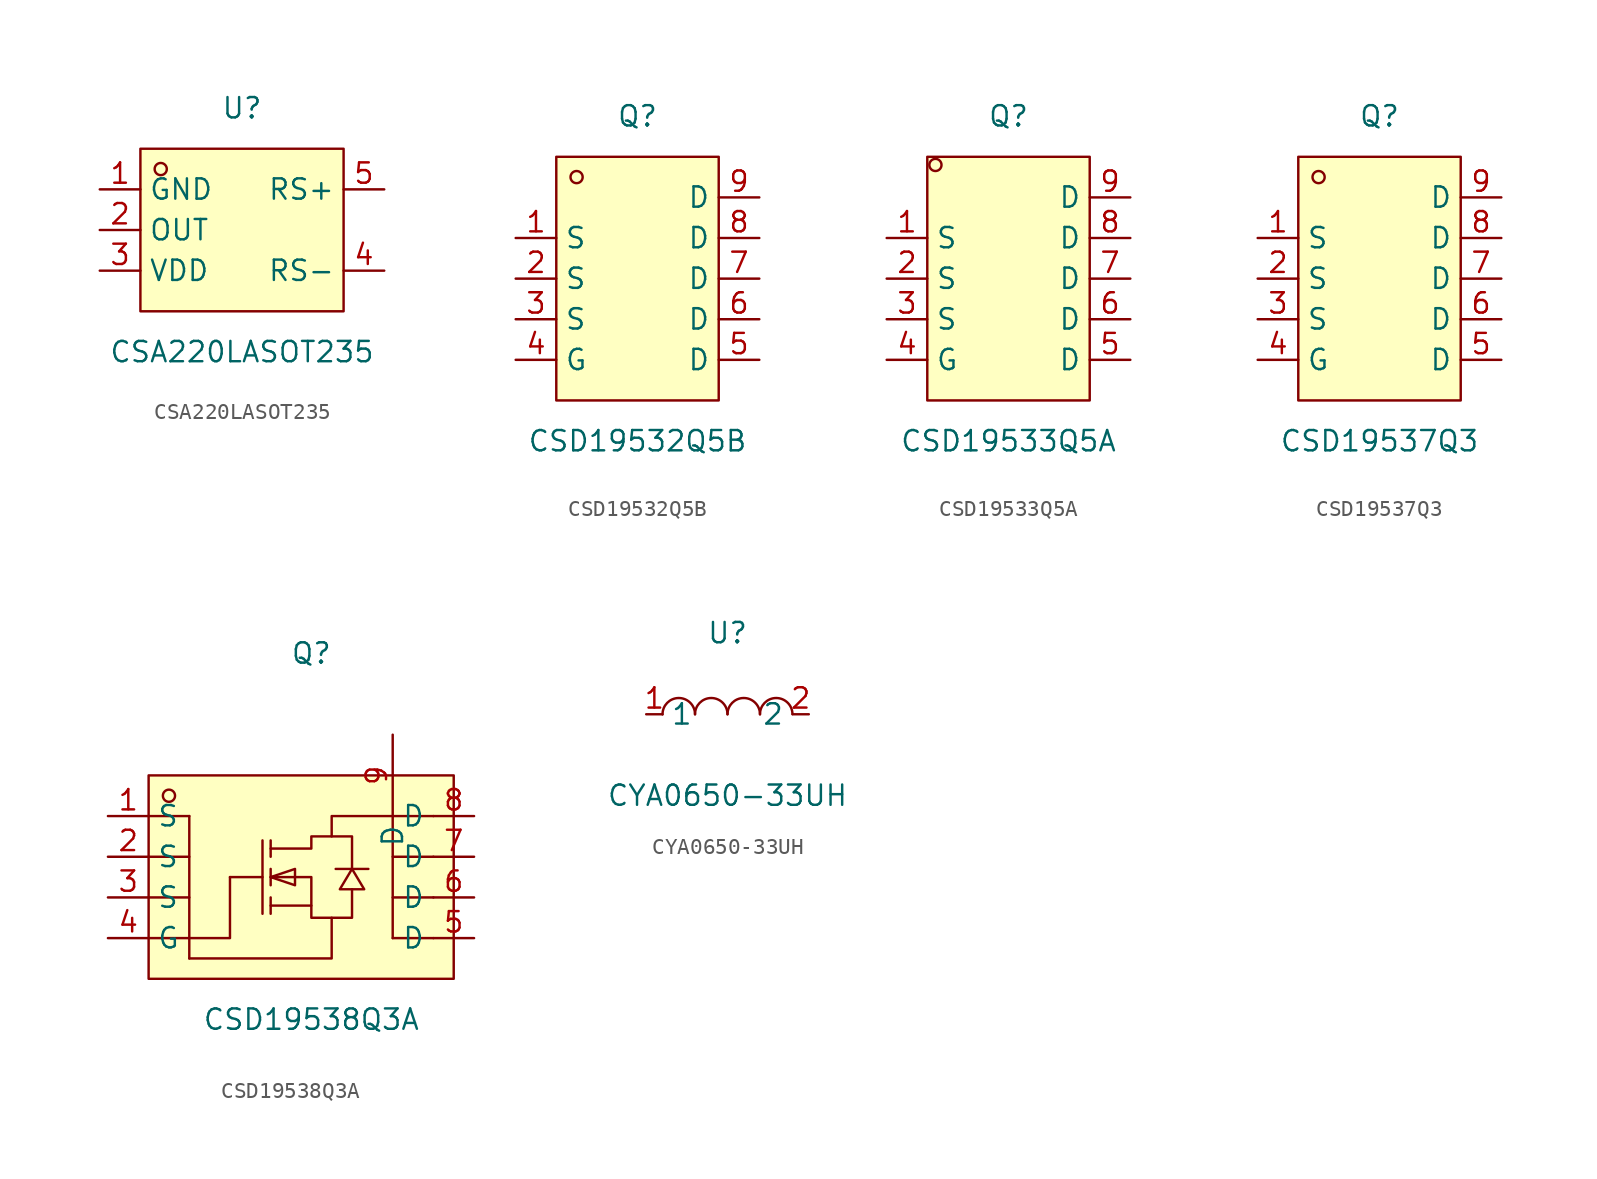
<source format=kicad_sym>
(kicad_symbol_lib
  (version 20231120)
  (generator "kicad_symbol_editor")
  (generator_version "8.0")
  (symbol "CSA220LASOT235"
    (property "Reference" "U"
      (at 0 7.62 0)
      (effects (font (size 1.27 1.27))))
    (property "Value" "CSA220LASOT235"
      (at 0 -7.62 0)
      (effects (font (size 1.27 1.27))))
    (symbol "CSA220LASOT235_0_1"
      (rectangle (start -6.35 5.08) (end 6.35 -5.08) (stroke (width 0) (type default)) (fill (type background)))
      (circle (center -5.08 3.81) (radius 0.38) (stroke (width 0) (type default)) (fill (type none)))
      (pin unspecified line (at -8.89 2.54 0) (length 2.54) (name "GND" (effects (font (size 1.27 1.27)))) (number "1" (effects (font (size 1.27 1.27)))))
      (pin unspecified line (at -8.89 0 0) (length 2.54) (name "OUT" (effects (font (size 1.27 1.27)))) (number "2" (effects (font (size 1.27 1.27)))))
      (pin unspecified line (at -8.89 -2.54 0) (length 2.54) (name "VDD" (effects (font (size 1.27 1.27)))) (number "3" (effects (font (size 1.27 1.27)))))
      (pin unspecified line (at 8.89 -2.54 180) (length 2.54) (name "RS-" (effects (font (size 1.27 1.27)))) (number "4" (effects (font (size 1.27 1.27)))))
      (pin unspecified line (at 8.89 2.54 180) (length 2.54) (name "RS+" (effects (font (size 1.27 1.27)))) (number "5" (effects (font (size 1.27 1.27)))))))
  (symbol "CSD19532Q5B"
    (property "Reference" "Q"
      (at 0 10.16 0)
      (effects (font (size 1.27 1.27))))
    (property "Value" "CSD19532Q5B"
      (at 0 -10.16 0)
      (effects (font (size 1.27 1.27))))
    (symbol "CSD19532Q5B_0_1"
      (rectangle (start -5.08 7.62) (end 5.08 -7.62) (stroke (width 0) (type default)) (fill (type background)))
      (circle (center -3.81 6.35) (radius 0.38) (stroke (width 0) (type default)) (fill (type none)))
      (pin unspecified line (at -7.62 2.54 0) (length 2.54) (name "S" (effects (font (size 1.27 1.27)))) (number "1" (effects (font (size 1.27 1.27)))))
      (pin unspecified line (at -7.62 0 0) (length 2.54) (name "S" (effects (font (size 1.27 1.27)))) (number "2" (effects (font (size 1.27 1.27)))))
      (pin unspecified line (at -7.62 -2.54 0) (length 2.54) (name "S" (effects (font (size 1.27 1.27)))) (number "3" (effects (font (size 1.27 1.27)))))
      (pin unspecified line (at -7.62 -5.08 0) (length 2.54) (name "G" (effects (font (size 1.27 1.27)))) (number "4" (effects (font (size 1.27 1.27)))))
      (pin unspecified line (at 7.62 -5.08 180) (length 2.54) (name "D" (effects (font (size 1.27 1.27)))) (number "5" (effects (font (size 1.27 1.27)))))
      (pin unspecified line (at 7.62 -2.54 180) (length 2.54) (name "D" (effects (font (size 1.27 1.27)))) (number "6" (effects (font (size 1.27 1.27)))))
      (pin unspecified line (at 7.62 0 180) (length 2.54) (name "D" (effects (font (size 1.27 1.27)))) (number "7" (effects (font (size 1.27 1.27)))))
      (pin unspecified line (at 7.62 2.54 180) (length 2.54) (name "D" (effects (font (size 1.27 1.27)))) (number "8" (effects (font (size 1.27 1.27)))))
      (pin unspecified line (at 7.62 5.08 180) (length 2.54) (name "D" (effects (font (size 1.27 1.27)))) (number "9" (effects (font (size 1.27 1.27)))))))
  (symbol "CSD19533Q5A"
    (property "Reference" "Q"
      (at 0 10.16 0)
      (effects (font (size 1.27 1.27))))
    (property "Value" "CSD19533Q5A"
      (at 0 -10.16 0)
      (effects (font (size 1.27 1.27))))
    (symbol "CSD19533Q5A_0_1"
      (rectangle (start -5.08 7.62) (end 5.08 -7.62) (stroke (width 0) (type default)) (fill (type background)))
      (circle (center -4.57 7.11) (radius 0.38) (stroke (width 0) (type default)) (fill (type none)))
      (pin unspecified line (at -7.62 2.54 0) (length 2.54) (name "S" (effects (font (size 1.27 1.27)))) (number "1" (effects (font (size 1.27 1.27)))))
      (pin unspecified line (at -7.62 0 0) (length 2.54) (name "S" (effects (font (size 1.27 1.27)))) (number "2" (effects (font (size 1.27 1.27)))))
      (pin unspecified line (at -7.62 -2.54 0) (length 2.54) (name "S" (effects (font (size 1.27 1.27)))) (number "3" (effects (font (size 1.27 1.27)))))
      (pin unspecified line (at -7.62 -5.08 0) (length 2.54) (name "G" (effects (font (size 1.27 1.27)))) (number "4" (effects (font (size 1.27 1.27)))))
      (pin unspecified line (at 7.62 -5.08 180) (length 2.54) (name "D" (effects (font (size 1.27 1.27)))) (number "5" (effects (font (size 1.27 1.27)))))
      (pin unspecified line (at 7.62 -2.54 180) (length 2.54) (name "D" (effects (font (size 1.27 1.27)))) (number "6" (effects (font (size 1.27 1.27)))))
      (pin unspecified line (at 7.62 0 180) (length 2.54) (name "D" (effects (font (size 1.27 1.27)))) (number "7" (effects (font (size 1.27 1.27)))))
      (pin unspecified line (at 7.62 2.54 180) (length 2.54) (name "D" (effects (font (size 1.27 1.27)))) (number "8" (effects (font (size 1.27 1.27)))))
      (pin unspecified line (at 7.62 5.08 180) (length 2.54) (name "D" (effects (font (size 1.27 1.27)))) (number "9" (effects (font (size 1.27 1.27)))))))
  (symbol "CSD19537Q3"
    (property "Reference" "Q"
      (at 0 11.43 0)
      (effects (font (size 1.27 1.27))))
    (property "Value" "CSD19537Q3"
      (at 0 -8.89 0)
      (effects (font (size 1.27 1.27))))
    (symbol "CSD19537Q3_0_1"
      (rectangle (start -5.08 8.89) (end 5.08 -6.35) (stroke (width 0) (type default)) (fill (type background)))
      (circle (center -3.81 7.62) (radius 0.38) (stroke (width 0) (type default)) (fill (type none)))
      (pin unspecified line (at -7.62 3.81 0) (length 2.54) (name "S" (effects (font (size 1.27 1.27)))) (number "1" (effects (font (size 1.27 1.27)))))
      (pin unspecified line (at -7.62 1.27 0) (length 2.54) (name "S" (effects (font (size 1.27 1.27)))) (number "2" (effects (font (size 1.27 1.27)))))
      (pin unspecified line (at -7.62 -1.27 0) (length 2.54) (name "S" (effects (font (size 1.27 1.27)))) (number "3" (effects (font (size 1.27 1.27)))))
      (pin unspecified line (at -7.62 -3.81 0) (length 2.54) (name "G" (effects (font (size 1.27 1.27)))) (number "4" (effects (font (size 1.27 1.27)))))
      (pin unspecified line (at 7.62 -3.81 180) (length 2.54) (name "D" (effects (font (size 1.27 1.27)))) (number "5" (effects (font (size 1.27 1.27)))))
      (pin unspecified line (at 7.62 -1.27 180) (length 2.54) (name "D" (effects (font (size 1.27 1.27)))) (number "6" (effects (font (size 1.27 1.27)))))
      (pin unspecified line (at 7.62 1.27 180) (length 2.54) (name "D" (effects (font (size 1.27 1.27)))) (number "7" (effects (font (size 1.27 1.27)))))
      (pin unspecified line (at 7.62 3.81 180) (length 2.54) (name "D" (effects (font (size 1.27 1.27)))) (number "8" (effects (font (size 1.27 1.27)))))
      (pin unspecified line (at 7.62 6.35 180) (length 2.54) (name "D" (effects (font (size 1.27 1.27)))) (number "9" (effects (font (size 1.27 1.27)))))))
  (symbol "CSD19538Q3A"
    (property "Reference" "Q"
      (at 0 15.24 0)
      (effects (font (size 1.27 1.27))))
    (property "Value" "CSD19538Q3A"
      (at 0 -7.62 0)
      (effects (font (size 1.27 1.27))))
    (symbol "CSD19538Q3A_0_1"
      (rectangle (start -10.16 7.62) (end 8.89 -5.08) (stroke (width 0) (type default)) (fill (type background)))
      (circle (center -8.89 6.35) (radius 0.38) (stroke (width 0) (type default)) (fill (type none)))
      (polyline (pts (xy -7.62 0) (xy -10.16 0)) (stroke (width 0) (type default)) (fill (type none)))
      (polyline (pts (xy -7.62 2.54) (xy -10.16 2.54)) (stroke (width 0) (type default)) (fill (type none)))
      (polyline (pts (xy -7.62 5.08) (xy -10.16 5.08)) (stroke (width 0) (type default)) (fill (type none)))
      (polyline (pts (xy -7.62 5.08) (xy -7.62 -3.81)) (stroke (width 0) (type default)) (fill (type none)))
      (polyline (pts (xy -5.08 1.27) (xy -3.05 1.27)) (stroke (width 0) (type default)) (fill (type none)))
      (polyline (pts (xy -3.05 3.56) (xy -3.05 -1.02)) (stroke (width 0) (type default)) (fill (type none)))
      (polyline (pts (xy -2.54 -1.02) (xy -2.54 0)) (stroke (width 0) (type default)) (fill (type none)))
      (polyline (pts (xy -2.54 0.76) (xy -2.54 1.78)) (stroke (width 0) (type default)) (fill (type none)))
      (polyline (pts (xy -2.54 3.56) (xy -2.54 2.54)) (stroke (width 0) (type default)) (fill (type none)))
      (polyline (pts (xy 0 -0.51) (xy -2.54 -0.51)) (stroke (width 0) (type default)) (fill (type none)))
      (polyline (pts (xy 5.08 5.08) (xy 5.08 -2.54)) (stroke (width 0) (type default)) (fill (type none)))
      (polyline (pts (xy 7.62 -2.54) (xy 5.08 -2.54)) (stroke (width 0) (type default)) (fill (type none)))
      (polyline (pts (xy 7.62 0) (xy 5.08 0)) (stroke (width 0) (type default)) (fill (type none)))
      (polyline (pts (xy 7.62 2.54) (xy 5.08 2.54)) (stroke (width 0) (type default)) (fill (type none)))
      (polyline (pts (xy 7.62 5.08) (xy 5.08 5.08)) (stroke (width 0) (type default)) (fill (type none)))
      (polyline (pts (xy -5.08 1.27) (xy -5.08 -2.54) (xy -10.16 -2.54)) (stroke (width 0) (type default)) (fill (type none)))
      (polyline (pts (xy 1.27 -1.27) (xy 1.27 -3.81) (xy -7.62 -3.81)) (stroke (width 0) (type default)) (fill (type none)))
      (polyline (pts (xy 5.08 5.08) (xy 1.27 5.08) (xy 1.27 3.81)) (stroke (width 0) (type default)) (fill (type none)))
      (polyline (pts (xy -2.54 1.27) (xy -1.02 0.76) (xy -1.02 1.78) (xy -2.54 1.27)) (stroke (width 0) (type default)) (fill (type background)))
      (polyline (pts (xy 2.54 1.78) (xy 1.78 0.51) (xy 3.3 0.51) (xy 2.54 1.78)) (stroke (width 0) (type default)) (fill (type background)))
      (polyline (pts (xy 3.56 1.78) (xy 3.05 1.78) (xy 2.03 1.78) (xy 1.52 1.78)) (stroke (width 0) (type default)) (fill (type none)))
      (polyline (pts (xy -2.54 1.27) (xy 0 1.27) (xy 0 -1.27) (xy 2.54 -1.27) (xy 2.54 0.51)) (stroke (width 0) (type default)) (fill (type none)))
      (polyline (pts (xy -2.54 3.05) (xy 0 3.05) (xy 0 3.81) (xy 2.54 3.81) (xy 2.54 1.78)) (stroke (width 0) (type default)) (fill (type none)))
      (pin unspecified line (at -12.7 5.08 0) (length 2.54) (name "S" (effects (font (size 1.27 1.27)))) (number "1" (effects (font (size 1.27 1.27)))))
      (pin unspecified line (at -12.7 2.54 0) (length 2.54) (name "S" (effects (font (size 1.27 1.27)))) (number "2" (effects (font (size 1.27 1.27)))))
      (pin unspecified line (at -12.7 0 0) (length 2.54) (name "S" (effects (font (size 1.27 1.27)))) (number "3" (effects (font (size 1.27 1.27)))))
      (pin unspecified line (at -12.7 -2.54 0) (length 2.54) (name "G" (effects (font (size 1.27 1.27)))) (number "4" (effects (font (size 1.27 1.27)))))
      (pin unspecified line (at 10.16 -2.54 180) (length 2.54) (name "D" (effects (font (size 1.27 1.27)))) (number "5" (effects (font (size 1.27 1.27)))))
      (pin unspecified line (at 10.16 0 180) (length 2.54) (name "D" (effects (font (size 1.27 1.27)))) (number "6" (effects (font (size 1.27 1.27)))))
      (pin unspecified line (at 10.16 2.54 180) (length 2.54) (name "D" (effects (font (size 1.27 1.27)))) (number "7" (effects (font (size 1.27 1.27)))))
      (pin unspecified line (at 10.16 5.08 180) (length 2.54) (name "D" (effects (font (size 1.27 1.27)))) (number "8" (effects (font (size 1.27 1.27)))))
      (pin unspecified line (at 5.08 10.16 270) (length 5.08) (name "D" (effects (font (size 1.27 1.27)))) (number "9" (effects (font (size 1.27 1.27)))))))
  (symbol "CYA0650-33UH"
    (property "Reference" "U"
      (at 0 5.08 0)
      (effects (font (size 1.27 1.27))))
    (property "Value" "CYA0650-33UH"
      (at 0 -5.08 0)
      (effects (font (size 1.27 1.27))))
    (symbol "CYA0650-33UH_0_1"
      (arc (start -2.03 0.01) (mid -3.055 1.013) (end -4.06 -0.01) (stroke (width 0) (type default)) (fill (type none)))
      (arc (start 0 0.01) (mid -1.025 1.013) (end -2.03 -0.01) (stroke (width 0) (type default)) (fill (type none)))
      (arc (start 2.03 0.01) (mid 1.005 1.013) (end 0 -0.01) (stroke (width 0) (type default)) (fill (type none)))
      (arc (start 4.06 0.01) (mid 3.035 1.013) (end 2.03 -0.01) (stroke (width 0) (type default)) (fill (type none)))
      (pin unspecified line (at -5.08 0 0) (length 1.016) (name "1" (effects (font (size 1.27 1.27)))) (number "1" (effects (font (size 1.27 1.27)))))
      (pin unspecified line (at 5.08 0 180) (length 1.016) (name "2" (effects (font (size 1.27 1.27)))) (number "2" (effects (font (size 1.27 1.27))))))))
</source>
